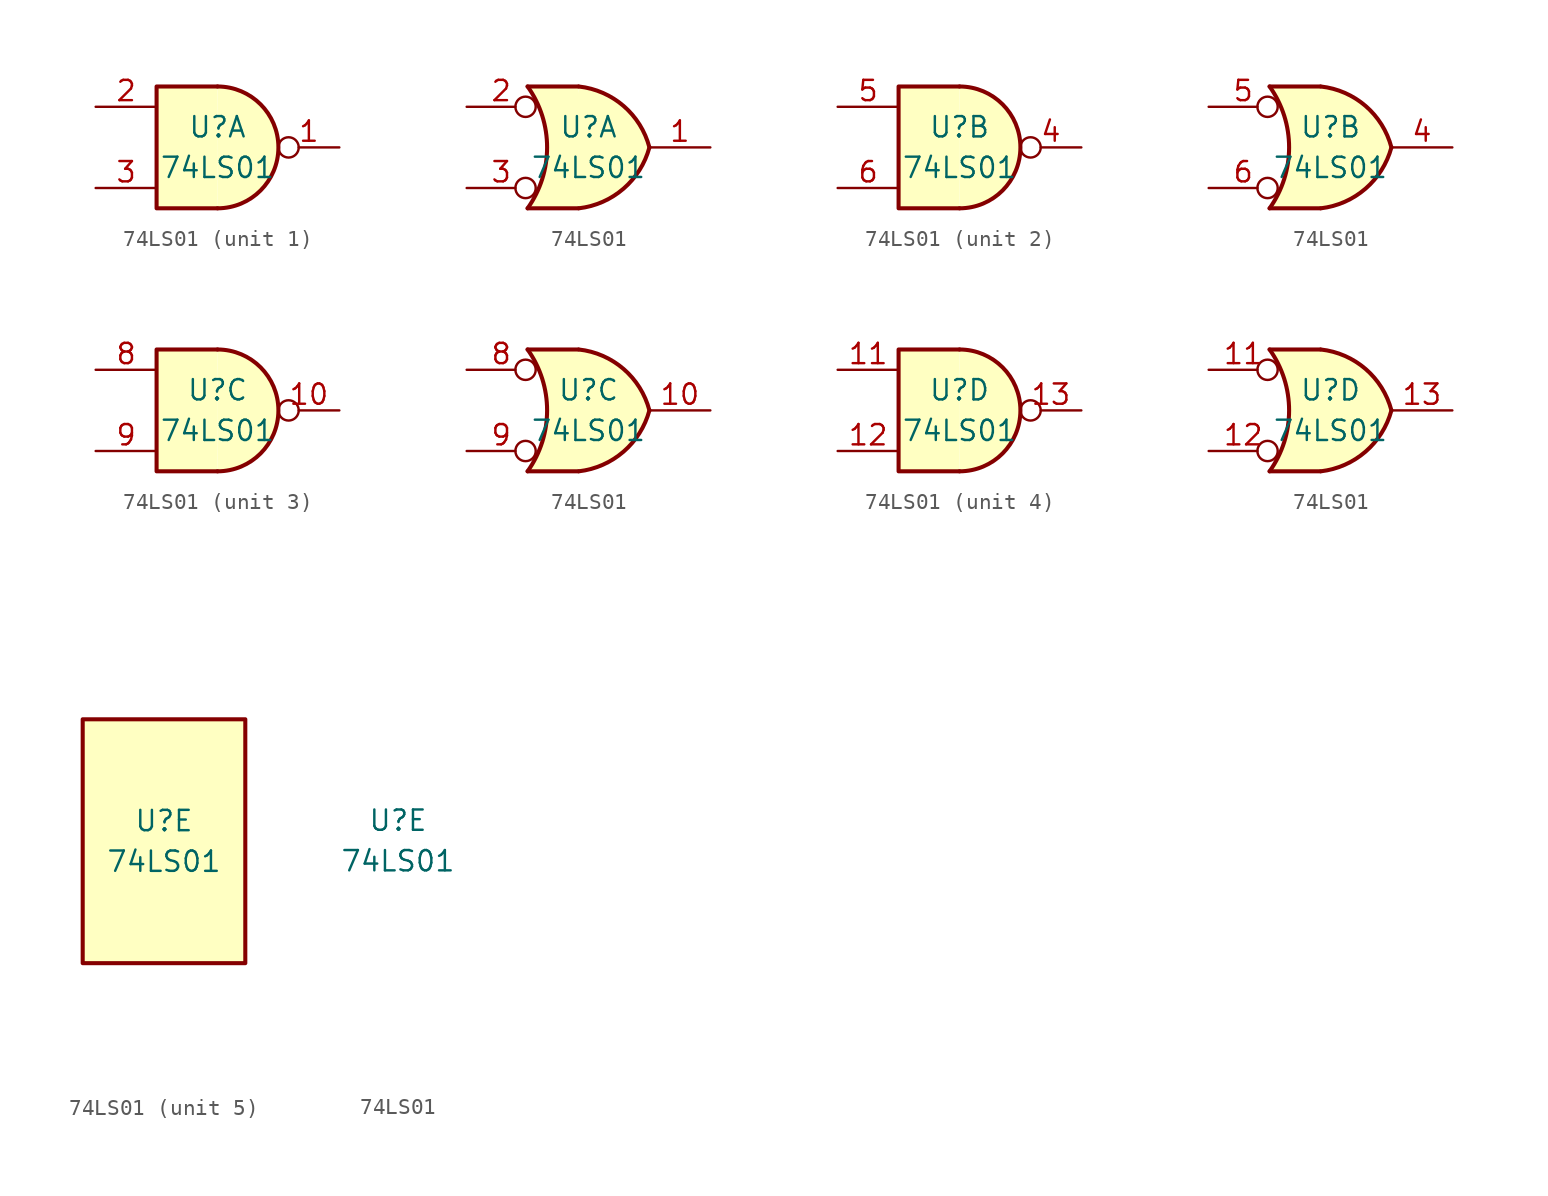
<source format=kicad_sym>
(kicad_symbol_lib
  (version 20211014)
  (generator kicad_symbol_editor)
  (symbol "74LS01"
    (pin_names
      (offset 1.016))
    (property "Reference" "U"
      (at 0 1.27 0)
      (effects (font (size 1.27 1.27))))
    (property "Value" "74LS01"
      (at 0 -1.27 0)
      (effects (font (size 1.27 1.27))))
    (property "ki_locked" ""
      (at 0 0 0)
      (effects (font (size 1.27 1.27))))
    (symbol "74LS01_1_1"
      (arc (start 0 -3.81) (mid 3.81 0) (end 0 3.81) (stroke (width 0.254) (type default) (color 0 0 0 0)) (fill (type background)))
      (polyline (pts (xy 0 3.81) (xy -3.81 3.81) (xy -3.81 -3.81) (xy 0 -3.81)) (stroke (width 0.254) (type default) (color 0 0 0 0)) (fill (type background)))
      (pin open_collector inverted (at 7.62 0 180) (length 3.81) (name "~" (effects (font (size 1.27 1.27)))) (number "1" (effects (font (size 1.27 1.27)))))
      (pin input line (at -7.62 2.54 0) (length 3.81) (name "~" (effects (font (size 1.27 1.27)))) (number "2" (effects (font (size 1.27 1.27)))))
      (pin input line (at -7.62 -2.54 0) (length 3.81) (name "~" (effects (font (size 1.27 1.27)))) (number "3" (effects (font (size 1.27 1.27))))))
    (symbol "74LS01_1_2"
      (arc (start -3.81 -3.81) (mid -2.589 0) (end -3.81 3.81) (stroke (width 0.254) (type default) (color 0 0 0 0)) (fill (type none)))
      (arc (start -0.6096 -3.81) (mid 2.1842 -2.5851) (end 3.81 0) (stroke (width 0.254) (type default) (color 0 0 0 0)) (fill (type background)))
      (polyline (pts (xy -3.81 -3.81) (xy -0.635 -3.81)) (stroke (width 0.254) (type default) (color 0 0 0 0)) (fill (type background)))
      (polyline (pts (xy -3.81 3.81) (xy -0.635 3.81)) (stroke (width 0.254) (type default) (color 0 0 0 0)) (fill (type background)))
      (polyline (pts (xy -0.635 3.81) (xy -3.81 3.81) (xy -3.81 3.81) (xy -3.556 3.404) (xy -3.023 2.261) (xy -2.692 1.041) (xy -2.616 -0.254) (xy -2.769 -1.499) (xy -3.175 -2.718) (xy -3.81 -3.81) (xy -3.81 -3.81) (xy -0.635 -3.81)) (stroke (width -25.4) (type default) (color 0 0 0 0)) (fill (type background)))
      (arc (start 3.81 0) (mid 2.1915 2.5936) (end -0.6096 3.81) (stroke (width 0.254) (type default) (color 0 0 0 0)) (fill (type background)))
      (pin open_collector line (at 7.62 0 180) (length 3.81) (name "~" (effects (font (size 1.27 1.27)))) (number "1" (effects (font (size 1.27 1.27)))))
      (pin input inverted (at -7.62 2.54 0) (length 4.318) (name "~" (effects (font (size 1.27 1.27)))) (number "2" (effects (font (size 1.27 1.27)))))
      (pin input inverted (at -7.62 -2.54 0) (length 4.318) (name "~" (effects (font (size 1.27 1.27)))) (number "3" (effects (font (size 1.27 1.27))))))
    (symbol "74LS01_2_1"
      (arc (start 0 -3.81) (mid 3.81 0) (end 0 3.81) (stroke (width 0.254) (type default) (color 0 0 0 0)) (fill (type background)))
      (polyline (pts (xy 0 3.81) (xy -3.81 3.81) (xy -3.81 -3.81) (xy 0 -3.81)) (stroke (width 0.254) (type default) (color 0 0 0 0)) (fill (type background)))
      (pin open_collector inverted (at 7.62 0 180) (length 3.81) (name "~" (effects (font (size 1.27 1.27)))) (number "4" (effects (font (size 1.27 1.27)))))
      (pin input line (at -7.62 2.54 0) (length 3.81) (name "~" (effects (font (size 1.27 1.27)))) (number "5" (effects (font (size 1.27 1.27)))))
      (pin input line (at -7.62 -2.54 0) (length 3.81) (name "~" (effects (font (size 1.27 1.27)))) (number "6" (effects (font (size 1.27 1.27))))))
    (symbol "74LS01_2_2"
      (arc (start -3.81 -3.81) (mid -2.589 0) (end -3.81 3.81) (stroke (width 0.254) (type default) (color 0 0 0 0)) (fill (type none)))
      (arc (start -0.6096 -3.81) (mid 2.1842 -2.5851) (end 3.81 0) (stroke (width 0.254) (type default) (color 0 0 0 0)) (fill (type background)))
      (polyline (pts (xy -3.81 -3.81) (xy -0.635 -3.81)) (stroke (width 0.254) (type default) (color 0 0 0 0)) (fill (type background)))
      (polyline (pts (xy -3.81 3.81) (xy -0.635 3.81)) (stroke (width 0.254) (type default) (color 0 0 0 0)) (fill (type background)))
      (polyline (pts (xy -0.635 3.81) (xy -3.81 3.81) (xy -3.81 3.81) (xy -3.556 3.404) (xy -3.023 2.261) (xy -2.692 1.041) (xy -2.616 -0.254) (xy -2.769 -1.499) (xy -3.175 -2.718) (xy -3.81 -3.81) (xy -3.81 -3.81) (xy -0.635 -3.81)) (stroke (width -25.4) (type default) (color 0 0 0 0)) (fill (type background)))
      (arc (start 3.81 0) (mid 2.1915 2.5936) (end -0.6096 3.81) (stroke (width 0.254) (type default) (color 0 0 0 0)) (fill (type background)))
      (pin open_collector line (at 7.62 0 180) (length 3.81) (name "~" (effects (font (size 1.27 1.27)))) (number "4" (effects (font (size 1.27 1.27)))))
      (pin input inverted (at -7.62 2.54 0) (length 4.318) (name "~" (effects (font (size 1.27 1.27)))) (number "5" (effects (font (size 1.27 1.27)))))
      (pin input inverted (at -7.62 -2.54 0) (length 4.318) (name "~" (effects (font (size 1.27 1.27)))) (number "6" (effects (font (size 1.27 1.27))))))
    (symbol "74LS01_3_1"
      (arc (start 0 -3.81) (mid 3.81 0) (end 0 3.81) (stroke (width 0.254) (type default) (color 0 0 0 0)) (fill (type background)))
      (polyline (pts (xy 0 3.81) (xy -3.81 3.81) (xy -3.81 -3.81) (xy 0 -3.81)) (stroke (width 0.254) (type default) (color 0 0 0 0)) (fill (type background)))
      (pin open_collector inverted (at 7.62 0 180) (length 3.81) (name "~" (effects (font (size 1.27 1.27)))) (number "10" (effects (font (size 1.27 1.27)))))
      (pin input line (at -7.62 2.54 0) (length 3.81) (name "~" (effects (font (size 1.27 1.27)))) (number "8" (effects (font (size 1.27 1.27)))))
      (pin input line (at -7.62 -2.54 0) (length 3.81) (name "~" (effects (font (size 1.27 1.27)))) (number "9" (effects (font (size 1.27 1.27))))))
    (symbol "74LS01_3_2"
      (arc (start -3.81 -3.81) (mid -2.589 0) (end -3.81 3.81) (stroke (width 0.254) (type default) (color 0 0 0 0)) (fill (type none)))
      (arc (start -0.6096 -3.81) (mid 2.1842 -2.5851) (end 3.81 0) (stroke (width 0.254) (type default) (color 0 0 0 0)) (fill (type background)))
      (polyline (pts (xy -3.81 -3.81) (xy -0.635 -3.81)) (stroke (width 0.254) (type default) (color 0 0 0 0)) (fill (type background)))
      (polyline (pts (xy -3.81 3.81) (xy -0.635 3.81)) (stroke (width 0.254) (type default) (color 0 0 0 0)) (fill (type background)))
      (polyline (pts (xy -0.635 3.81) (xy -3.81 3.81) (xy -3.81 3.81) (xy -3.556 3.404) (xy -3.023 2.261) (xy -2.692 1.041) (xy -2.616 -0.254) (xy -2.769 -1.499) (xy -3.175 -2.718) (xy -3.81 -3.81) (xy -3.81 -3.81) (xy -0.635 -3.81)) (stroke (width -25.4) (type default) (color 0 0 0 0)) (fill (type background)))
      (arc (start 3.81 0) (mid 2.1915 2.5936) (end -0.6096 3.81) (stroke (width 0.254) (type default) (color 0 0 0 0)) (fill (type background)))
      (pin open_collector line (at 7.62 0 180) (length 3.81) (name "~" (effects (font (size 1.27 1.27)))) (number "10" (effects (font (size 1.27 1.27)))))
      (pin input inverted (at -7.62 2.54 0) (length 4.318) (name "~" (effects (font (size 1.27 1.27)))) (number "8" (effects (font (size 1.27 1.27)))))
      (pin input inverted (at -7.62 -2.54 0) (length 4.318) (name "~" (effects (font (size 1.27 1.27)))) (number "9" (effects (font (size 1.27 1.27))))))
    (symbol "74LS01_4_1"
      (arc (start 0 -3.81) (mid 3.81 0) (end 0 3.81) (stroke (width 0.254) (type default) (color 0 0 0 0)) (fill (type background)))
      (polyline (pts (xy 0 3.81) (xy -3.81 3.81) (xy -3.81 -3.81) (xy 0 -3.81)) (stroke (width 0.254) (type default) (color 0 0 0 0)) (fill (type background)))
      (pin input line (at -7.62 2.54 0) (length 3.81) (name "~" (effects (font (size 1.27 1.27)))) (number "11" (effects (font (size 1.27 1.27)))))
      (pin input line (at -7.62 -2.54 0) (length 3.81) (name "~" (effects (font (size 1.27 1.27)))) (number "12" (effects (font (size 1.27 1.27)))))
      (pin open_collector inverted (at 7.62 0 180) (length 3.81) (name "~" (effects (font (size 1.27 1.27)))) (number "13" (effects (font (size 1.27 1.27))))))
    (symbol "74LS01_4_2"
      (arc (start -3.81 -3.81) (mid -2.589 0) (end -3.81 3.81) (stroke (width 0.254) (type default) (color 0 0 0 0)) (fill (type none)))
      (arc (start -0.6096 -3.81) (mid 2.1842 -2.5851) (end 3.81 0) (stroke (width 0.254) (type default) (color 0 0 0 0)) (fill (type background)))
      (polyline (pts (xy -3.81 -3.81) (xy -0.635 -3.81)) (stroke (width 0.254) (type default) (color 0 0 0 0)) (fill (type background)))
      (polyline (pts (xy -3.81 3.81) (xy -0.635 3.81)) (stroke (width 0.254) (type default) (color 0 0 0 0)) (fill (type background)))
      (polyline (pts (xy -0.635 3.81) (xy -3.81 3.81) (xy -3.81 3.81) (xy -3.556 3.404) (xy -3.023 2.261) (xy -2.692 1.041) (xy -2.616 -0.254) (xy -2.769 -1.499) (xy -3.175 -2.718) (xy -3.81 -3.81) (xy -3.81 -3.81) (xy -0.635 -3.81)) (stroke (width -25.4) (type default) (color 0 0 0 0)) (fill (type background)))
      (arc (start 3.81 0) (mid 2.1915 2.5936) (end -0.6096 3.81) (stroke (width 0.254) (type default) (color 0 0 0 0)) (fill (type background)))
      (pin input inverted (at -7.62 2.54 0) (length 4.318) (name "~" (effects (font (size 1.27 1.27)))) (number "11" (effects (font (size 1.27 1.27)))))
      (pin input inverted (at -7.62 -2.54 0) (length 4.318) (name "~" (effects (font (size 1.27 1.27)))) (number "12" (effects (font (size 1.27 1.27)))))
      (pin open_collector line (at 7.62 0 180) (length 3.81) (name "~" (effects (font (size 1.27 1.27)))) (number "13" (effects (font (size 1.27 1.27))))))
    (symbol "74LS01_5_0"
      (pin input line (at 0 12.7 270) (length 5.08) hide (name "VCC" (effects (font (size 1.27 1.27)))) (number "14" (effects (font (size 1.27 1.27)))))
      (pin input line (at 0 -12.7 90) (length 5.08) hide (name "GND" (effects (font (size 1.27 1.27)))) (number "7" (effects (font (size 1.27 1.27))))))
    (symbol "74LS01_5_1"
      (rectangle (start -5.08 7.62) (end 5.08 -7.62) (stroke (width 0.254) (type default) (color 0 0 0 0)) (fill (type background))))))
</source>
